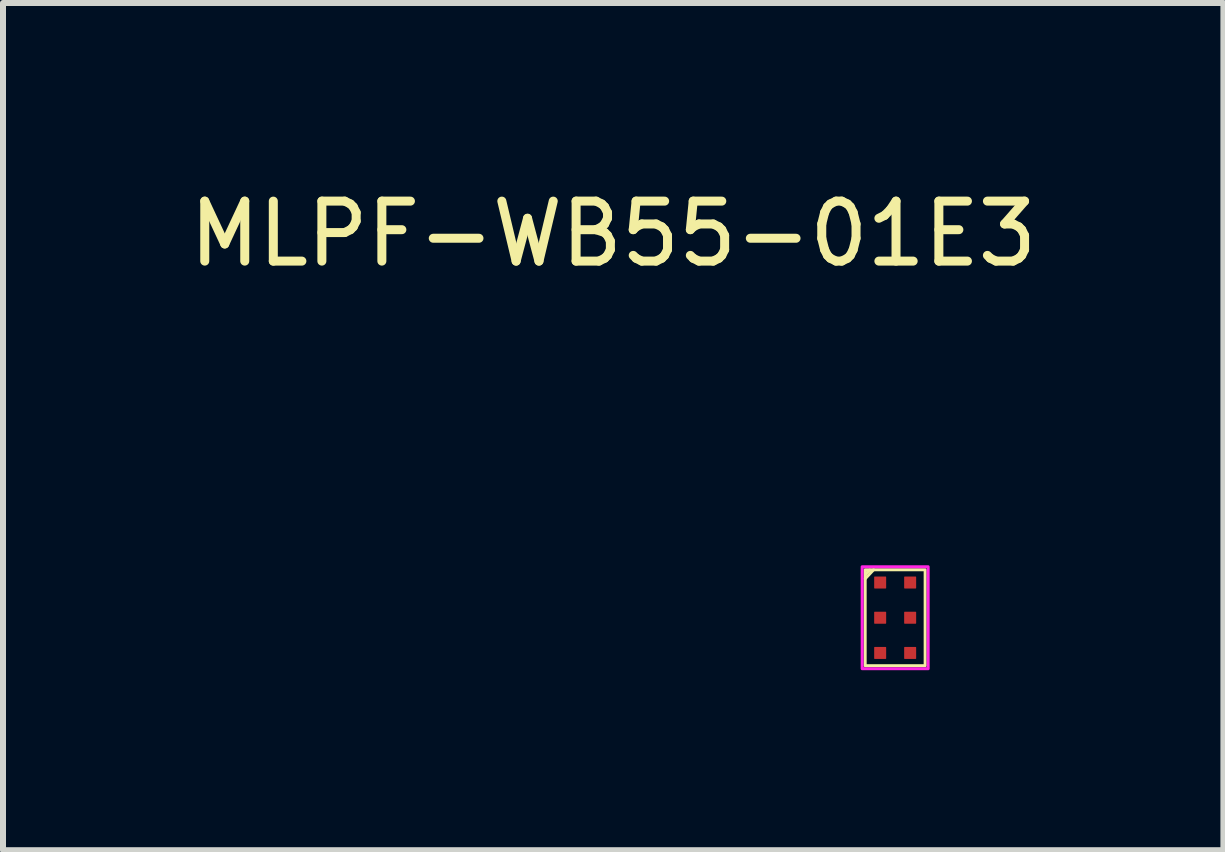
<source format=kicad_pcb>
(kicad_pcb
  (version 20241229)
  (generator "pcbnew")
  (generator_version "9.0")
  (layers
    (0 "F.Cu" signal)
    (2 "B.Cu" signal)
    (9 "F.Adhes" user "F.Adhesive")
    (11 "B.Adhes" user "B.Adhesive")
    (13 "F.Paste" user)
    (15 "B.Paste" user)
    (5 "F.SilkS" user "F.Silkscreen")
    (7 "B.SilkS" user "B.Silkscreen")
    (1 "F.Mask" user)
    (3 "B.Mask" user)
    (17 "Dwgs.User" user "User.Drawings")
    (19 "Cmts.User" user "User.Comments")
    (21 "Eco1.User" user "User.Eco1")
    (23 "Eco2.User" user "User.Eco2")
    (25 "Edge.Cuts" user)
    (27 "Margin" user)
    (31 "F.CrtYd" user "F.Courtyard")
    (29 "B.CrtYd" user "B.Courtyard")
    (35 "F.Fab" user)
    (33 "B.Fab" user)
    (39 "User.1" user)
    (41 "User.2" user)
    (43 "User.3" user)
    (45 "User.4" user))
  (footprint "MLPF-WB55-01E3"
    (layer "F.Cu")
    (at 11.373 6.448)
    (property "Reference" "MLPF-WB55-01E3" (at -4.2 -5.6 0) (unlocked yes) (layer "F.SilkS") (effects (font (size 1 1) (thickness 0.15))))
    (attr smd)
    (fp_line (start 0 0.15) (end 0.14 0) (stroke (width 0.05) (type solid)) (layer "F.SilkS"))
    (fp_line (start 0.005 0.075) (end 0.075 0.005) (stroke (width 0.05) (type solid)) (layer "F.SilkS"))
    (fp_rect (start 0 0) (end 1 1.6) (stroke (width 0.05) (type solid)) (fill no) (layer "F.SilkS"))
    (fp_rect (start -0.05 -0.05) (end 1.05 1.65) (stroke (width 0.05) (type solid)) (fill no) (layer "F.CrtYd"))
    (pad "1" smd roundrect (at 0.25 0.213) (size 0.2 0.2) (layers "F.Cu" "F.Mask" "F.Paste") (roundrect_rratio 0.05))
    (pad "2" smd roundrect (at 0.75 0.213) (size 0.2 0.2) (layers "F.Cu" "F.Mask" "F.Paste") (roundrect_rratio 0.05))
    (pad "3" smd roundrect (at 0.25 0.8) (size 0.2 0.2) (layers "F.Cu" "F.Mask" "F.Paste") (roundrect_rratio 0.05))
    (pad "4" smd roundrect (at 0.75 0.8) (size 0.2 0.2) (layers "F.Cu" "F.Mask" "F.Paste") (roundrect_rratio 0.05))
    (pad "5" smd roundrect (at 0.25 1.387) (size 0.2 0.2) (layers "F.Cu" "F.Mask" "F.Paste") (roundrect_rratio 0.05))
    (pad "6" smd roundrect (at 0.75 1.387) (size 0.2 0.2) (layers "F.Cu" "F.Mask" "F.Paste") (roundrect_rratio 0.05)))
  (gr_rect
    (start -3 -3)
    (end 17.345 11.123)
    (stroke (width 0.1) (type default))
    (fill no)
    (layer "Edge.Cuts")))
</source>
